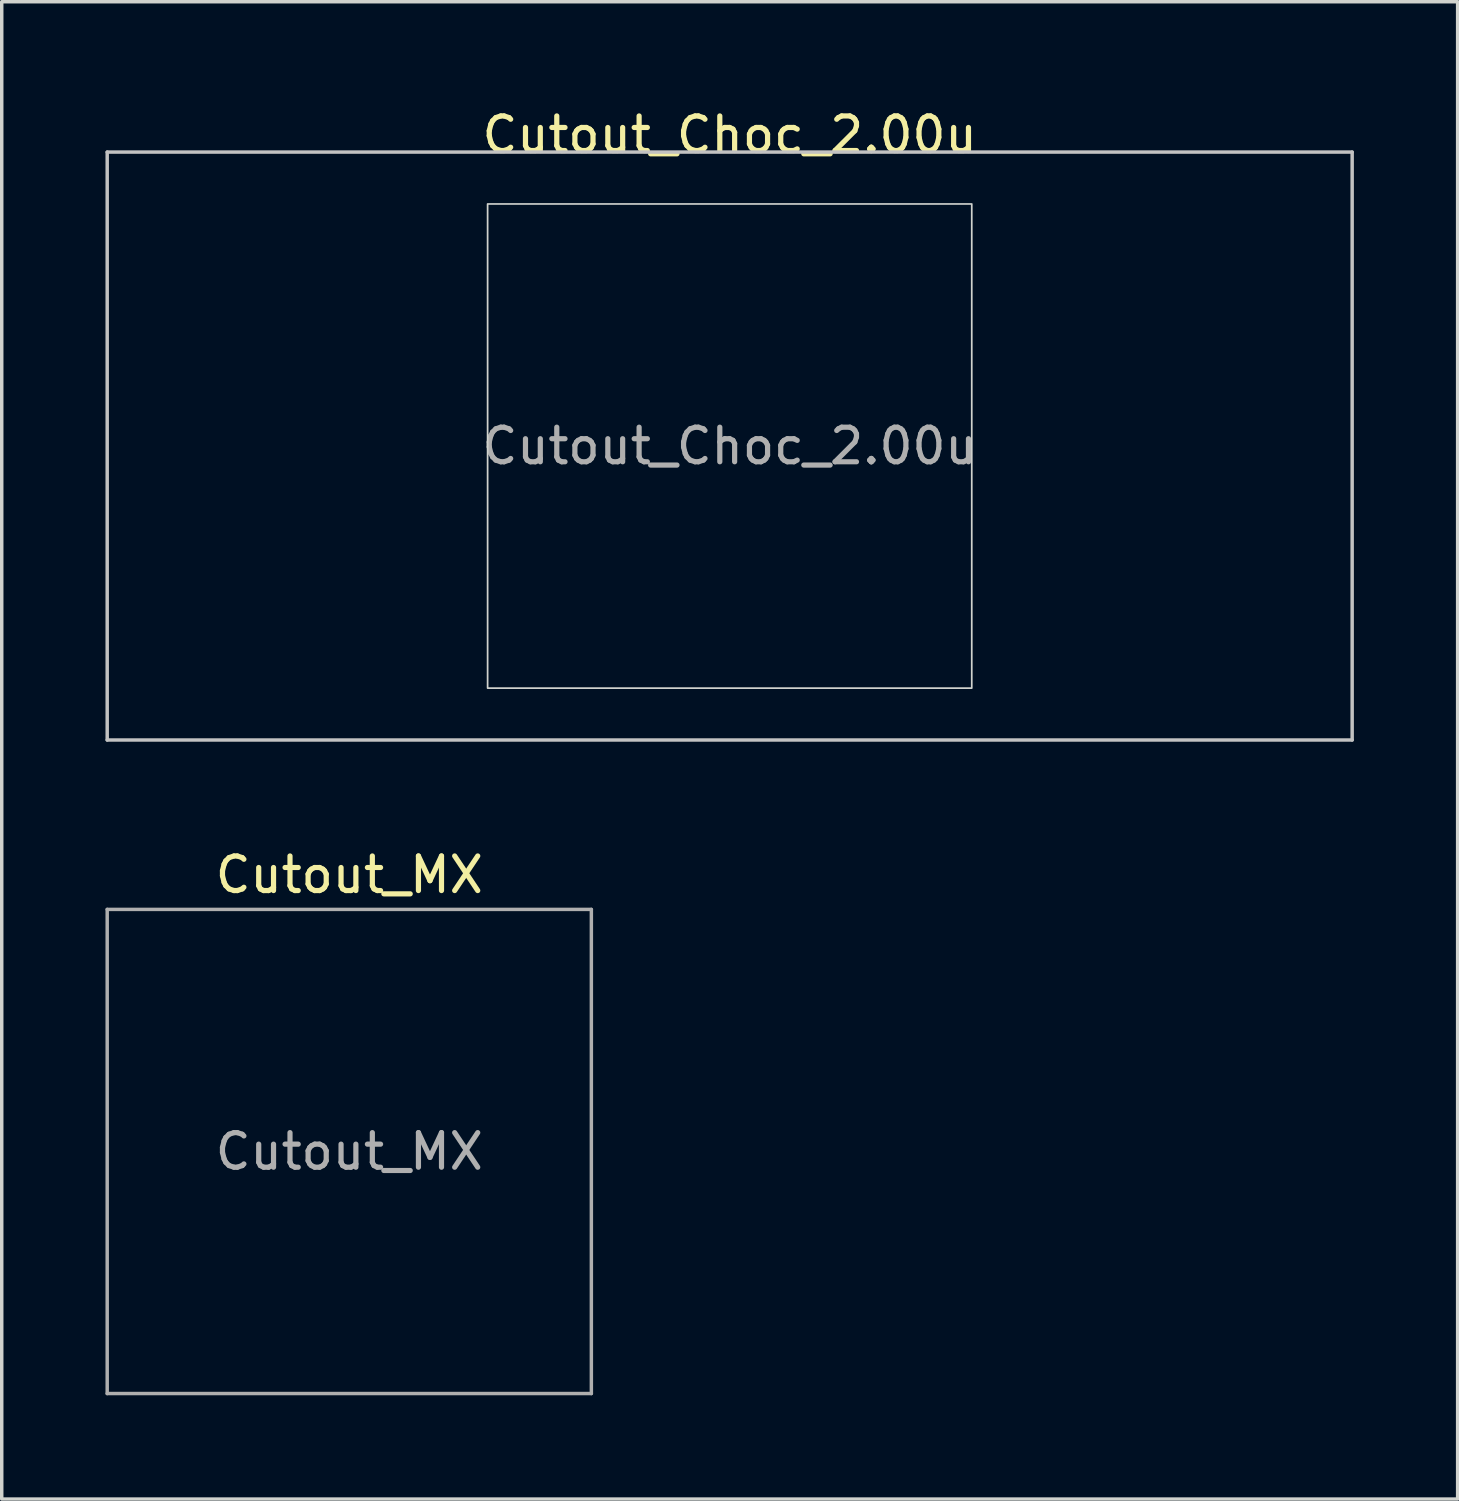
<source format=kicad_pcb>
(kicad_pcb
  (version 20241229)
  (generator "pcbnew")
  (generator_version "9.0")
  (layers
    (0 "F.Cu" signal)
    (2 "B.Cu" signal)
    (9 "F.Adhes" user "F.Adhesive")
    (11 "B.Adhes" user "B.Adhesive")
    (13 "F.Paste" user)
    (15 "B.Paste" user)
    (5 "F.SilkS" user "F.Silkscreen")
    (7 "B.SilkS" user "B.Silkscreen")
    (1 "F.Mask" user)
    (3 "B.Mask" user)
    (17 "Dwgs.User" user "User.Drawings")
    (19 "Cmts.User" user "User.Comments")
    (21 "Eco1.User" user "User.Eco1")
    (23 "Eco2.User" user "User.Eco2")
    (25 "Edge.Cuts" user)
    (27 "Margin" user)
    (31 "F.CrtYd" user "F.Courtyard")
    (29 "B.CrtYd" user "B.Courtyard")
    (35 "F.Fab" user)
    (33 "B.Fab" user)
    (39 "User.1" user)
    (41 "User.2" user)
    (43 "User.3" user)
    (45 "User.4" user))
  (footprint "Cutout_MX"
    (layer "F.Cu")
    (at 7.05 30.247)
    (property "Reference" "Cutout_MX" (at 0 -8 0) (layer "F.SilkS") (effects (font (size 1 1) (thickness 0.15))))
    (attr through_hole)
    (fp_line (start -7 -7) (end -7 7) (stroke (width 0.1) (type solid)) (layer "Eco1.User"))
    (fp_line (start -7 7) (end 7 7) (stroke (width 0.1) (type solid)) (layer "Eco1.User"))
    (fp_line (start 7 -7) (end -7 -7) (stroke (width 0.1) (type solid)) (layer "Eco1.User"))
    (fp_line (start 7 7) (end 7 -7) (stroke (width 0.1) (type solid)) (layer "Eco1.User"))
    (fp_line (start -7 -7) (end -7 7) (stroke (width 0.1) (type solid)) (layer "F.Fab"))
    (fp_line (start -7 7) (end 7 7) (stroke (width 0.1) (type solid)) (layer "F.Fab"))
    (fp_line (start 7 -7) (end -7 -7) (stroke (width 0.1) (type solid)) (layer "F.Fab"))
    (fp_line (start 7 7) (end 7 -7) (stroke (width 0.1) (type solid)) (layer "F.Fab"))
    (fp_text user "${REFERENCE}" (at 0 0 0) (layer "F.Fab") (effects (font (size 1 1) (thickness 0.15)))))
  (footprint "Cutout_Choc_2.00u"
    (layer "F.Cu")
    (at 18.05 9.848)
    (property "Reference" "Cutout_Choc_2.00u" (at 0 -9 0) (layer "F.SilkS") (effects (font (size 1 1) (thickness 0.15))))
    (attr through_hole)
    (fp_line (start -18 -8.5) (end -18 8.5) (stroke (width 0.1) (type solid)) (layer "Dwgs.User"))
    (fp_line (start -18 8.5) (end 18 8.5) (stroke (width 0.1) (type solid)) (layer "Dwgs.User"))
    (fp_line (start 18 -8.5) (end -18 -8.5) (stroke (width 0.1) (type solid)) (layer "Dwgs.User"))
    (fp_line (start 18 8.5) (end 18 -8.5) (stroke (width 0.1) (type solid)) (layer "Dwgs.User"))
    (fp_rect (start -7 -7) (end 7 7) (stroke (width 0.05) (type default)) (fill no) (layer "Edge.Cuts"))
    (fp_text user "${REFERENCE}" (at 0 0 0) (layer "F.Fab") (effects (font (size 1 1) (thickness 0.15)))))
  (gr_rect
    (start -3 -3)
    (end 39.1 40.297)
    (stroke (width 0.1) (type default))
    (fill no)
    (layer "Edge.Cuts")))
</source>
